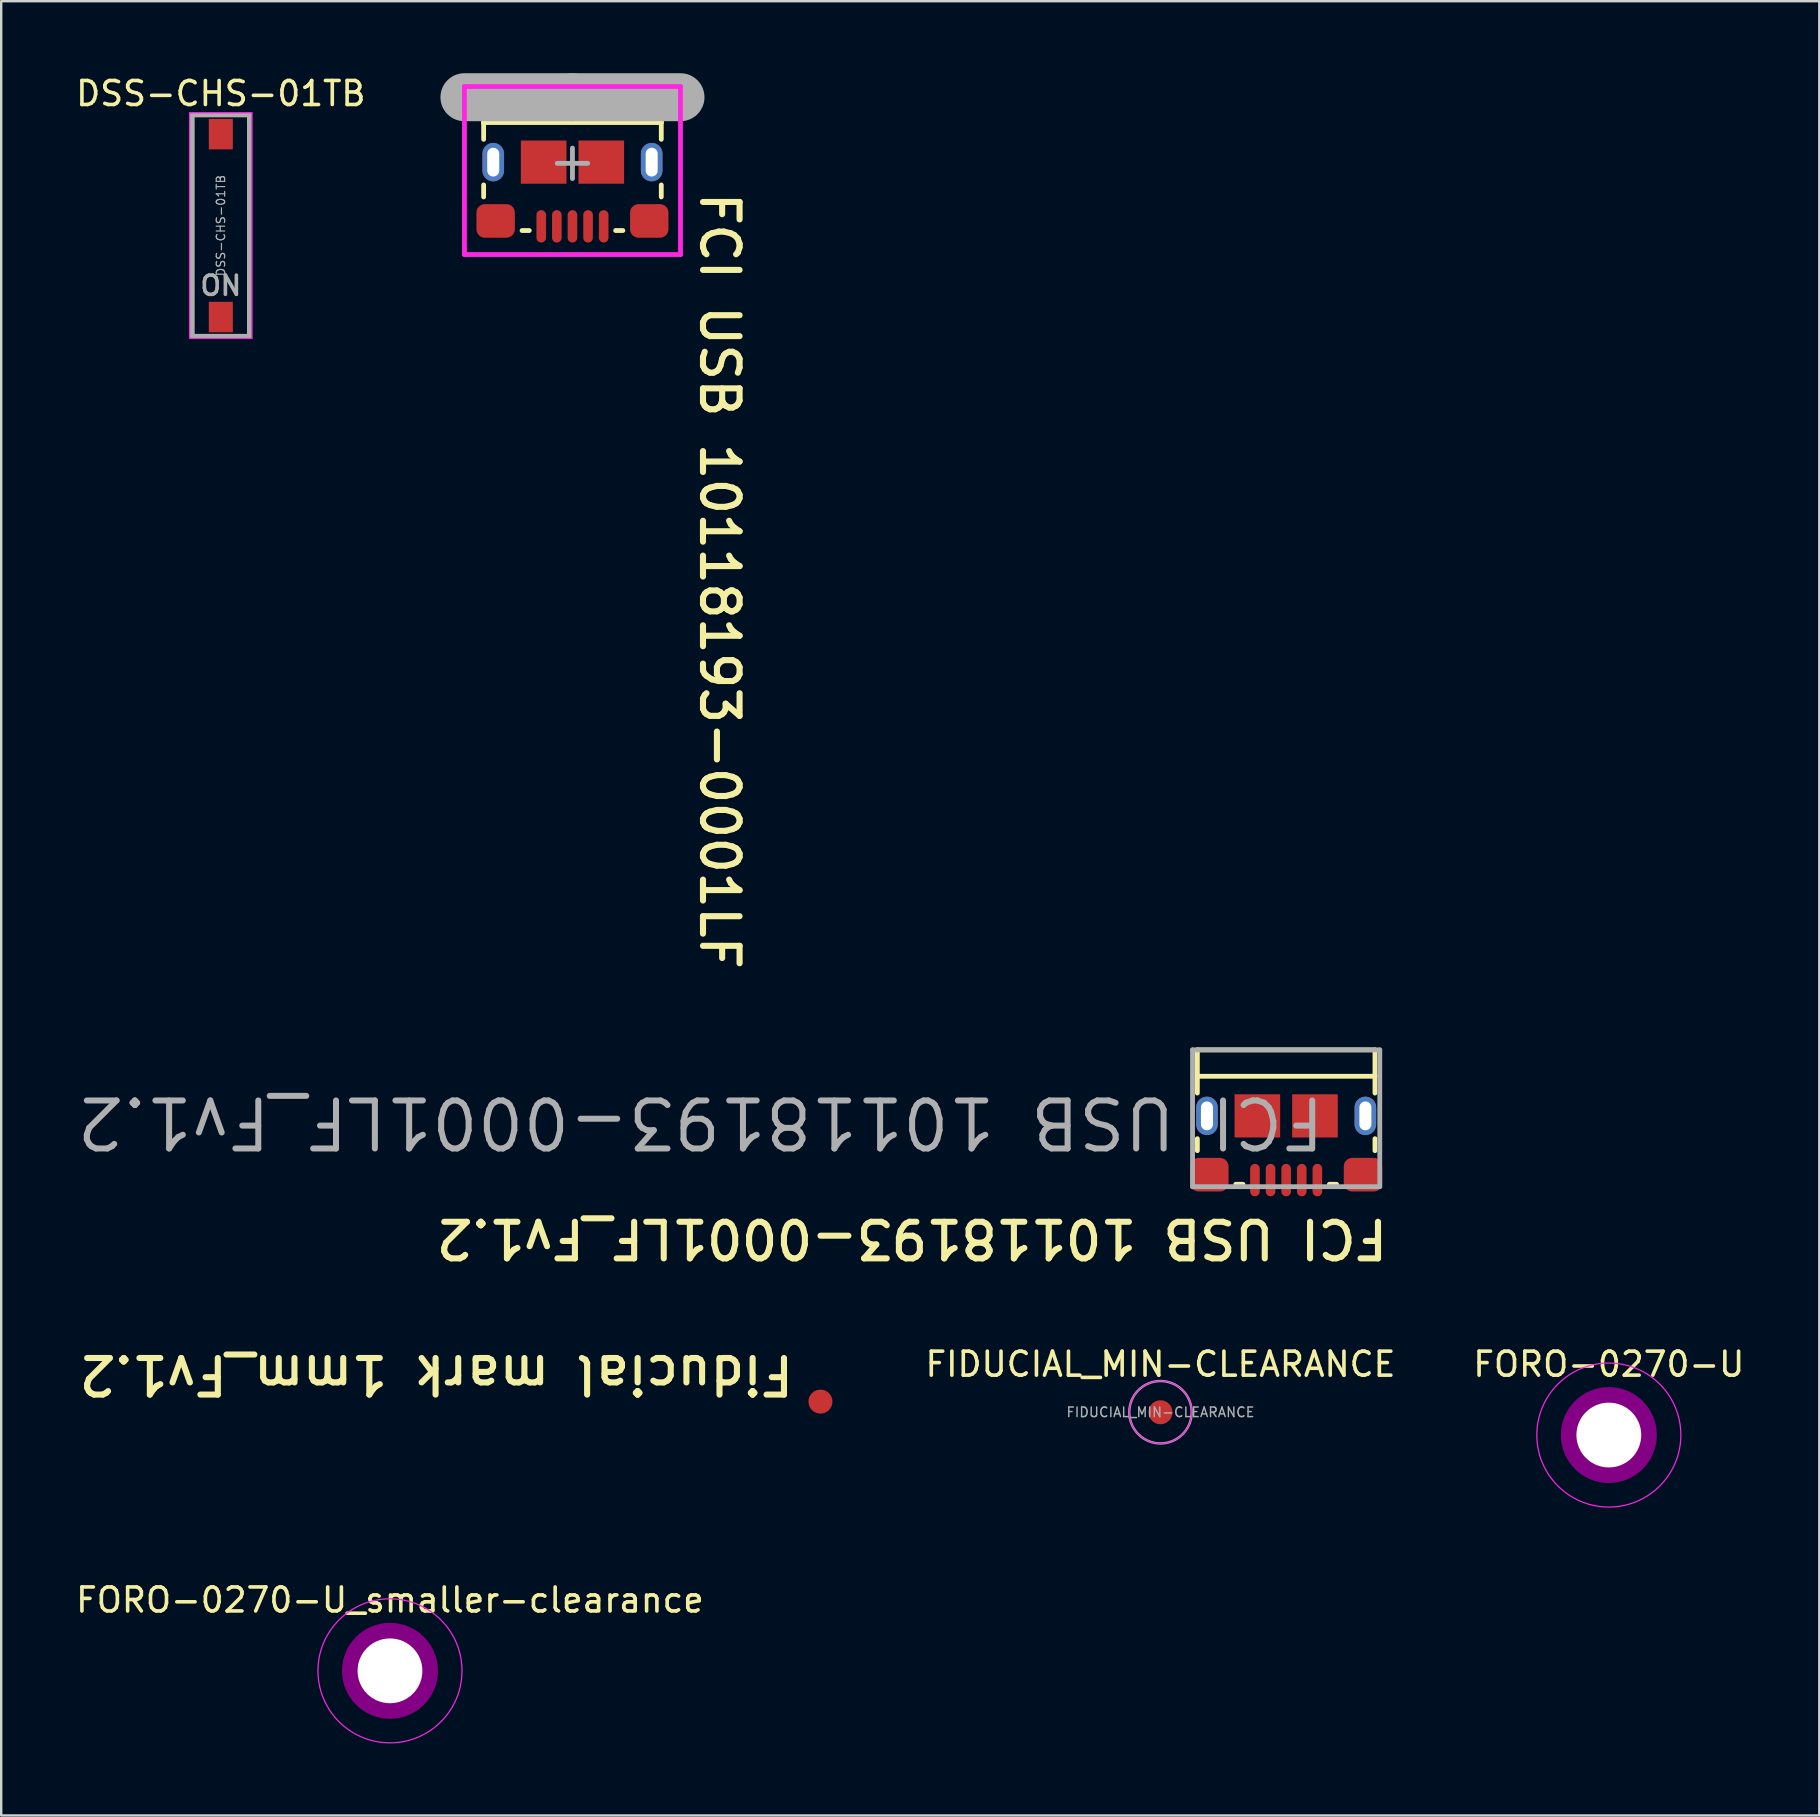
<source format=kicad_pcb>
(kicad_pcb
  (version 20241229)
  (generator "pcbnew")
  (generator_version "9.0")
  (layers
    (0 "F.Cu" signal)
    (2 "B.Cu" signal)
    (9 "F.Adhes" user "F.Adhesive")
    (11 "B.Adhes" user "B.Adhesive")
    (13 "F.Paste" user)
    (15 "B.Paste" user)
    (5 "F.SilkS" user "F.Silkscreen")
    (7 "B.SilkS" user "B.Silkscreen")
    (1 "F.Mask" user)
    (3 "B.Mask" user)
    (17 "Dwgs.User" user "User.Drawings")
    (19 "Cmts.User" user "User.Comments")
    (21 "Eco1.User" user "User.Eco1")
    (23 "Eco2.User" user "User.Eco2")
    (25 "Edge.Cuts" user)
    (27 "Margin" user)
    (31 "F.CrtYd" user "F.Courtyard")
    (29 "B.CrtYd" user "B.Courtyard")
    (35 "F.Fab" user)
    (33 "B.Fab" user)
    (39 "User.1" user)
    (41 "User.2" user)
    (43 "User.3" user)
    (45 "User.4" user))
  (footprint "DSS-CHS-01TB"
    (layer "F.Cu")
    (at 6.149 6.348)
    (property "Reference" "DSS-CHS-01TB" (at 0 -5.5 0) (layer "F.SilkS") (effects (font (size 1 1) (thickness 0.15))))
    (attr smd)
    (fp_line (start -1.3 -4.7) (end 1.3 -4.7) (stroke (width 0.05) (type solid)) (layer "F.CrtYd"))
    (fp_line (start -1.3 4.7) (end -1.3 -4.7) (stroke (width 0.05) (type solid)) (layer "F.CrtYd"))
    (fp_line (start 1.3 -4.7) (end 1.3 4.7) (stroke (width 0.05) (type solid)) (layer "F.CrtYd"))
    (fp_line (start 1.3 4.7) (end -1.3 4.7) (stroke (width 0.05) (type solid)) (layer "F.CrtYd"))
    (fp_line (start -1.19 -4.61) (end 1.19 -4.61) (stroke (width 0.2) (type solid)) (layer "F.Fab"))
    (fp_line (start -1.19 4.61) (end -1.19 -4.61) (stroke (width 0.2) (type solid)) (layer "F.Fab"))
    (fp_line (start 1.19 -4.61) (end 1.19 4.61) (stroke (width 0.2) (type solid)) (layer "F.Fab"))
    (fp_line (start 1.19 4.61) (end -1.19 4.61) (stroke (width 0.2) (type solid)) (layer "F.Fab"))
    (fp_text user "ON" (at 0 2.5 180) (layer "F.Fab") (effects (font (size 0.8 0.8) (thickness 0.15) (bold yes))))
    (fp_text user "${REFERENCE}" (at 0 0 90) (layer "F.Fab") (effects (font (size 0.35 0.35) (thickness 0.05))))
    (pad "1" smd rect (at 0 -3.81) (size 1 1.27) (layers "F.Cu" "F.Mask" "F.Paste"))
    (pad "2" smd rect (at 0 3.81) (size 1 1.27) (layers "F.Cu" "F.Mask" "F.Paste")))
  (footprint "FCI USB 10118193-0001LF_Fv1.2"
    (layer "F.Cu")
    (at 50.53 43.486)
    (property "Reference" "FCI USB 10118193-0001LF_Fv1.2" (at 4.355 4.162 180) (unlocked yes) (layer "F.SilkS") (effects (font (size 1.524 1.524) (thickness 0.254)) (justify left bottom)))
    (fp_line (start -3.7 -2.8) (end -3.7 -1.7) (stroke (width 0.2) (type solid)) (layer "F.SilkS"))
    (fp_line (start -3.7 -1.7) (end -3.7 -1) (stroke (width 0.2) (type solid)) (layer "F.SilkS"))
    (fp_line (start -3.7 0.9) (end -3.7 1.4) (stroke (width 0.2) (type solid)) (layer "F.SilkS"))
    (fp_line (start -1.8 2.8) (end -2.1 2.8) (stroke (width 0.2) (type solid)) (layer "F.SilkS"))
    (fp_line (start 2.1 2.8) (end 1.8 2.8) (stroke (width 0.2) (type solid)) (layer "F.SilkS"))
    (fp_line (start 3.7 -2.8) (end -3.7 -2.8) (stroke (width 0.2) (type solid)) (layer "F.SilkS"))
    (fp_line (start 3.7 -2.8) (end 3.7 -1.7) (stroke (width 0.2) (type solid)) (layer "F.SilkS"))
    (fp_line (start 3.7 -1.7) (end -3.7 -1.7) (stroke (width 0.2) (type solid)) (layer "F.SilkS"))
    (fp_line (start 3.7 -1.7) (end 3.7 -1) (stroke (width 0.2) (type solid)) (layer "F.SilkS"))
    (fp_line (start 3.7 0.9) (end 3.7 1.4) (stroke (width 0.2) (type solid)) (layer "F.SilkS"))
    (fp_line (start -3.3 0.3) (end -3.3 -0.4) (stroke (width 0.9) (type solid)) (layer "F.Paste"))
    (fp_line (start 3.3 0.3) (end 3.3 -0.4) (stroke (width 0.9) (type solid)) (layer "F.Paste"))
    (fp_line (start -3.9 -2.8) (end -3.9 2.9) (stroke (width 0.2) (type solid)) (layer "F.Fab"))
    (fp_line (start 3.9 -2.8) (end -3.9 -2.8) (stroke (width 0.2) (type solid)) (layer "F.Fab"))
    (fp_line (start 3.9 -2.8) (end 3.9 2.9) (stroke (width 0.2) (type solid)) (layer "F.Fab"))
    (fp_line (start 3.9 2.9) (end -3.9 2.9) (stroke (width 0.2) (type solid)) (layer "F.Fab"))
    (fp_line (start 0 -2.754) (end -4.5 -2.754) (stroke (width 0.2) (type solid)) (layer "User.1"))
    (fp_line (start 4.5 -2.754) (end 0 -2.754) (stroke (width 0.2) (type solid)) (layer "User.1"))
    (fp_text user "${REFERENCE}" (at 1.725 -0.95 180) (unlocked yes) (layer "F.Fab") (effects (font (size 2 2) (thickness 0.25)) (justify left bottom)))
    (pad "1" smd oval (at 1.3 2.625 180) (size 0.4 1.35) (layers "F.Cu" "F.Mask" "F.Paste"))
    (pad "2" smd oval (at 0.65 2.625 180) (size 0.4 1.35) (layers "F.Cu" "F.Mask" "F.Paste"))
    (pad "3" smd oval (at 0 2.625 180) (size 0.4 1.35) (layers "F.Cu" "F.Mask" "F.Paste"))
    (pad "4" smd oval (at -0.65 2.625) (size 0.4 1.35) (layers "F.Cu" "F.Mask" "F.Paste"))
    (pad "5" smd oval (at -1.3 2.625) (size 0.4 1.35) (layers "F.Cu" "F.Mask" "F.Paste"))
    (pad "6" thru_hole oval (at -3.3 -0.05 270) (size 1.6 0.9) (drill oval 1.2 0.5) (layers "*.Cu" "*.Mask"))
    (pad "6" smd roundrect (at -3.2 2.4 180) (size 1.6 1.4) (layers "F.Cu" "F.Mask" "F.Paste") (roundrect_rratio 0.25))
    (pad "6" smd rect (at -1.2 -0.05 180) (size 1.9 1.8) (layers "F.Cu" "F.Mask" "F.Paste"))
    (pad "6" smd rect (at 1.2 -0.05) (size 1.9 1.8) (layers "F.Cu" "F.Mask" "F.Paste"))
    (pad "6" smd roundrect (at 3.2 2.4) (size 1.6 1.4) (layers "F.Cu" "F.Mask" "F.Paste") (roundrect_rratio 0.25))
    (pad "6" thru_hole oval (at 3.3 -0.05 270) (size 1.6 0.9) (drill oval 1.2 0.5) (layers "*.Cu" "*.Mask")))
  (footprint "FORO-0270-U"
    (layer "F.Cu")
    (at 63.972 56.732)
    (property "Reference" "FORO-0270-U" (at 0 -2.95 0) (layer "F.SilkS") (effects (font (size 1 1) (thickness 0.15))))
    (attr exclude_from_pos_files exclude_from_bom)
    (fp_circle (center 0 0) (end 2 0) (stroke (width 0) (type solid)) (fill yes) (layer "F.Adhes"))
    (fp_circle (center 0 0) (end 2 0) (stroke (width 0) (type solid)) (fill yes) (layer "B.Adhes"))
    (fp_circle (center 0 0) (end 3 0) (stroke (width 0.05) (type default)) (fill no) (layer "F.CrtYd"))
    (pad "" np_thru_hole circle (at 0 0) (size 2.7 2.7) (drill 2.7) (layers "*.Cu" "*.Mask"))
    (zone (net_name "") (layers "F.Cu" "B.Cu" "Dwgs.User") (hatch edge 0.5) (connect_pads) (min_thickness 0.25) (filled_areas_thickness no) (keepout (tracks not_allowed) (vias not_allowed) (pads allowed) (copperpour allowed) (footprints allowed)) (placement (enabled no)) (fill) (polygon (pts (xy 63.972 53.732) (xy 64.122 53.732) (xy 64.522 53.782) (xy 64.922 53.882) (xy 65.197 53.982) (xy 65.472 54.132) (xy 65.772 54.332) (xy 66.122 54.632) (xy 66.372 54.932) (xy 66.572 55.232) (xy 66.772 55.632) (xy 66.872 55.932) (xy 66.972 56.432) (xy 66.972 56.932) (xy 66.922 57.282) (xy 66.822 57.682) (xy 66.672 58.032) (xy 66.572 58.232) (xy 66.372 58.532) (xy 66.122 58.832) (xy 65.772 59.132) (xy 65.472 59.332) (xy 65.072 59.532) (xy 64.772 59.632) (xy 64.222 59.732) (xy 63.772 59.732) (xy 63.372 59.682) (xy 63.022 59.582) (xy 62.572 59.382) (xy 62.322 59.232) (xy 61.922 58.932) (xy 61.572 58.532) (xy 61.372 58.232) (xy 61.172 57.832) (xy 61.072 57.482) (xy 60.972 56.982) (xy 60.972 56.532) (xy 61.022 56.182) (xy 61.172 55.632) (xy 61.372 55.232) (xy 61.572 54.932) (xy 61.822 54.632) (xy 62.172 54.332) (xy 62.572 54.082) (xy 62.922 53.932) (xy 63.372 53.782) (xy 63.772 53.732)))))
  (footprint "FORO-0270-U_smaller-clearance"
    (layer "F.Cu")
    (at 13.196 66.555)
    (property "Reference" "FORO-0270-U_smaller-clearance" (at 0 -2.95 0) (layer "F.SilkS") (effects (font (size 1 1) (thickness 0.15))))
    (attr exclude_from_pos_files exclude_from_bom)
    (fp_circle (center 0 0) (end 2 0) (stroke (width 0) (type solid)) (fill yes) (layer "F.Adhes"))
    (fp_circle (center 0 0) (end 2 0) (stroke (width 0) (type solid)) (fill yes) (layer "B.Adhes"))
    (fp_circle (center 0 0) (end 3 0) (stroke (width 0.05) (type default)) (fill no) (layer "F.CrtYd"))
    (pad "" np_thru_hole circle (at 0 0) (size 2.7 2.7) (drill 2.7) (layers "*.Cu" "*.Mask"))
    (zone (net_name "") (layers "F.Cu" "B.Cu" "Dwgs.User") (hatch edge 0.5) (connect_pads) (min_thickness 0.25) (filled_areas_thickness no) (keepout (tracks not_allowed) (vias not_allowed) (pads allowed) (copperpour allowed) (footprints allowed)) (placement (enabled no)) (fill) (polygon (pts (xy 13.196 63.555) (xy 13.346 63.555) (xy 13.746 63.605) (xy 14.146 63.705) (xy 14.421 63.805) (xy 14.696 63.955) (xy 14.996 64.155) (xy 15.346 64.455) (xy 15.596 64.755) (xy 15.796 65.055) (xy 15.996 65.455) (xy 16.096 65.755) (xy 16.196 66.255) (xy 16.196 66.755) (xy 16.146 67.105) (xy 16.046 67.505) (xy 15.896 67.855) (xy 15.796 68.055) (xy 15.596 68.355) (xy 15.346 68.655) (xy 14.996 68.955) (xy 14.696 69.155) (xy 14.296 69.355) (xy 13.996 69.455) (xy 13.446 69.555) (xy 12.996 69.555) (xy 12.596 69.505) (xy 12.246 69.405) (xy 11.796 69.205) (xy 11.546 69.055) (xy 11.146 68.755) (xy 10.796 68.355) (xy 10.596 68.055) (xy 10.396 67.655) (xy 10.296 67.305) (xy 10.196 66.805) (xy 10.196 66.355) (xy 10.246 66.005) (xy 10.396 65.455) (xy 10.596 65.055) (xy 10.796 64.755) (xy 11.046 64.455) (xy 11.396 64.155) (xy 11.796 63.905) (xy 12.146 63.755) (xy 12.596 63.605) (xy 12.996 63.555)))))
  (footprint "Fiducial mark 1mm_Fv1.2"
    (layer "F.Cu")
    (at 31.129 55.339)
    (property "Reference" "Fiducial mark 1mm_Fv1.2" (at -0.99 -2.016 180) (unlocked yes) (layer "F.SilkS") (effects (font (size 1.524 1.524) (thickness 0.254)) (justify left bottom)))
    (pad "" smd circle (at 0 0 90) (size 1 1) (layers "F.Cu" "F.Mask" "F.Paste"))
    (zone (net_name "") (layer "F.Cu") (hatch edge 0.5) (connect_pads) (min_thickness 0.25) (filled_areas_thickness no) (keepout (tracks not_allowed) (vias not_allowed) (pads allowed) (copperpour not_allowed) (footprints allowed)) (placement (enabled no)) (fill) (polygon (pts (xy 32.383 55.837) (xy 31.633 56.587) (xy 30.633 56.587) (xy 29.883 55.837) (xy 29.883 54.837) (xy 30.633 54.087) (xy 31.633 54.087) (xy 32.383 54.837)))))
  (footprint "FIDUCIAL_MIN-CLEARANCE"
    (layer "F.Cu")
    (at 45.294 55.782)
    (property "Reference" "FIDUCIAL_MIN-CLEARANCE" (at 0 -2 0) (layer "F.SilkS") (effects (font (size 1 1) (thickness 0.15))))
    (attr smd)
    (fp_circle (center 0 0) (end 1.3 0) (stroke (width 0.01) (type solid)) (fill yes) (layer "F.Mask"))
    (fp_circle (center 0 0) (end 1.3 0) (stroke (width 0.05) (type solid)) (fill no) (layer "F.CrtYd"))
    (fp_circle (center 0 0) (end 1.3 0) (stroke (width 0.1) (type solid)) (fill no) (layer "F.Fab"))
    (fp_text user "${REFERENCE}" (at 0 0 0) (layer "F.Fab") (effects (font (size 0.4 0.4) (thickness 0.06))))
    (pad "" smd circle (at 0 0) (size 1 1) (layers "F.Cu" "F.Mask")))
  (footprint "FCI USB 10118193-0001LF"
    (layer "F.Cu")
    (at 20.798 3.754)
    (property "Reference" "FCI USB 10118193-0001LF" (at 5.238 1.08 270) (unlocked yes) (layer "F.SilkS") (effects (font (size 1.524 1.524) (thickness 0.254)) (justify left bottom)))
    (fp_line (start -3.7 -2.8) (end -3.7 -1.7) (stroke (width 0.2) (type solid)) (layer "F.SilkS"))
    (fp_line (start -3.7 -1.7) (end -3.7 -1) (stroke (width 0.2) (type solid)) (layer "F.SilkS"))
    (fp_line (start -3.7 0.9) (end -3.7 1.4) (stroke (width 0.2) (type solid)) (layer "F.SilkS"))
    (fp_line (start -1.8 2.8) (end -2.1 2.8) (stroke (width 0.2) (type solid)) (layer "F.SilkS"))
    (fp_line (start 2.1 2.8) (end 1.8 2.8) (stroke (width 0.2) (type solid)) (layer "F.SilkS"))
    (fp_line (start 3.7 -2.8) (end -3.7 -2.8) (stroke (width 0.2) (type solid)) (layer "F.SilkS"))
    (fp_line (start 3.7 -2.8) (end 3.7 -1.7) (stroke (width 0.2) (type solid)) (layer "F.SilkS"))
    (fp_line (start 3.7 -1.7) (end -3.7 -1.7) (stroke (width 0.2) (type solid)) (layer "F.SilkS"))
    (fp_line (start 3.7 -1.7) (end 3.7 -1) (stroke (width 0.2) (type solid)) (layer "F.SilkS"))
    (fp_line (start 3.7 0.9) (end 3.7 1.4) (stroke (width 0.2) (type solid)) (layer "F.SilkS"))
    (fp_line (start -4.5 -3.2) (end -4.5 3.8) (stroke (width 0.2) (type solid)) (layer "F.CrtYd"))
    (fp_line (start 4.5 -3.2) (end -4.5 -3.2) (stroke (width 0.2) (type solid)) (layer "F.CrtYd"))
    (fp_line (start 4.5 -3.2) (end 4.5 3.8) (stroke (width 0.2) (type solid)) (layer "F.CrtYd"))
    (fp_line (start 4.5 3.8) (end -4.5 3.8) (stroke (width 0.2) (type solid)) (layer "F.CrtYd"))
    (fp_line (start 0 -2.754) (end -4.5 -2.754) (stroke (width 2) (type solid)) (layer "F.Fab"))
    (fp_line (start 0 -0.635) (end 0 0.635) (stroke (width 0.2) (type solid)) (layer "F.Fab"))
    (fp_line (start 0.635 0) (end -0.635 0) (stroke (width 0.2) (type solid)) (layer "F.Fab"))
    (fp_line (start 4.5 -2.754) (end 0 -2.754) (stroke (width 2) (type solid)) (layer "F.Fab"))
    (pad "1" smd oval (at 1.3 2.625 180) (size 0.4 1.35) (layers "F.Cu" "F.Mask" "F.Paste"))
    (pad "2" smd oval (at 0.65 2.625 180) (size 0.4 1.35) (layers "F.Cu" "F.Mask" "F.Paste"))
    (pad "3" smd oval (at 0 2.625 180) (size 0.4 1.35) (layers "F.Cu" "F.Mask" "F.Paste"))
    (pad "4" smd oval (at -0.65 2.625) (size 0.4 1.35) (layers "F.Cu" "F.Mask" "F.Paste"))
    (pad "5" smd oval (at -1.3 2.625) (size 0.4 1.35) (layers "F.Cu" "F.Mask" "F.Paste"))
    (pad "6" thru_hole oval (at -3.3 -0.05 270) (size 1.6 0.9) (drill oval 1.2 0.5) (layers "*.Cu" "*.Mask"))
    (pad "6" smd roundrect (at -3.2 2.4 180) (size 1.6 1.4) (layers "F.Cu" "F.Mask" "F.Paste") (roundrect_rratio 0.25))
    (pad "6" smd rect (at -1.2 -0.05 180) (size 1.9 1.8) (layers "F.Cu" "F.Mask" "F.Paste"))
    (pad "6" smd rect (at 1.2 -0.05) (size 1.9 1.8) (layers "F.Cu" "F.Mask" "F.Paste"))
    (pad "6" smd roundrect (at 3.2 2.4) (size 1.6 1.4) (layers "F.Cu" "F.Mask" "F.Paste") (roundrect_rratio 0.25))
    (pad "6" thru_hole oval (at 3.3 -0.05 270) (size 1.6 0.9) (drill oval 1.2 0.5) (layers "*.Cu" "*.Mask")))
  (gr_rect
    (start -3 -3)
    (end 72.74 72.58)
    (stroke (width 0.1) (type default))
    (fill no)
    (layer "Edge.Cuts")))
</source>
